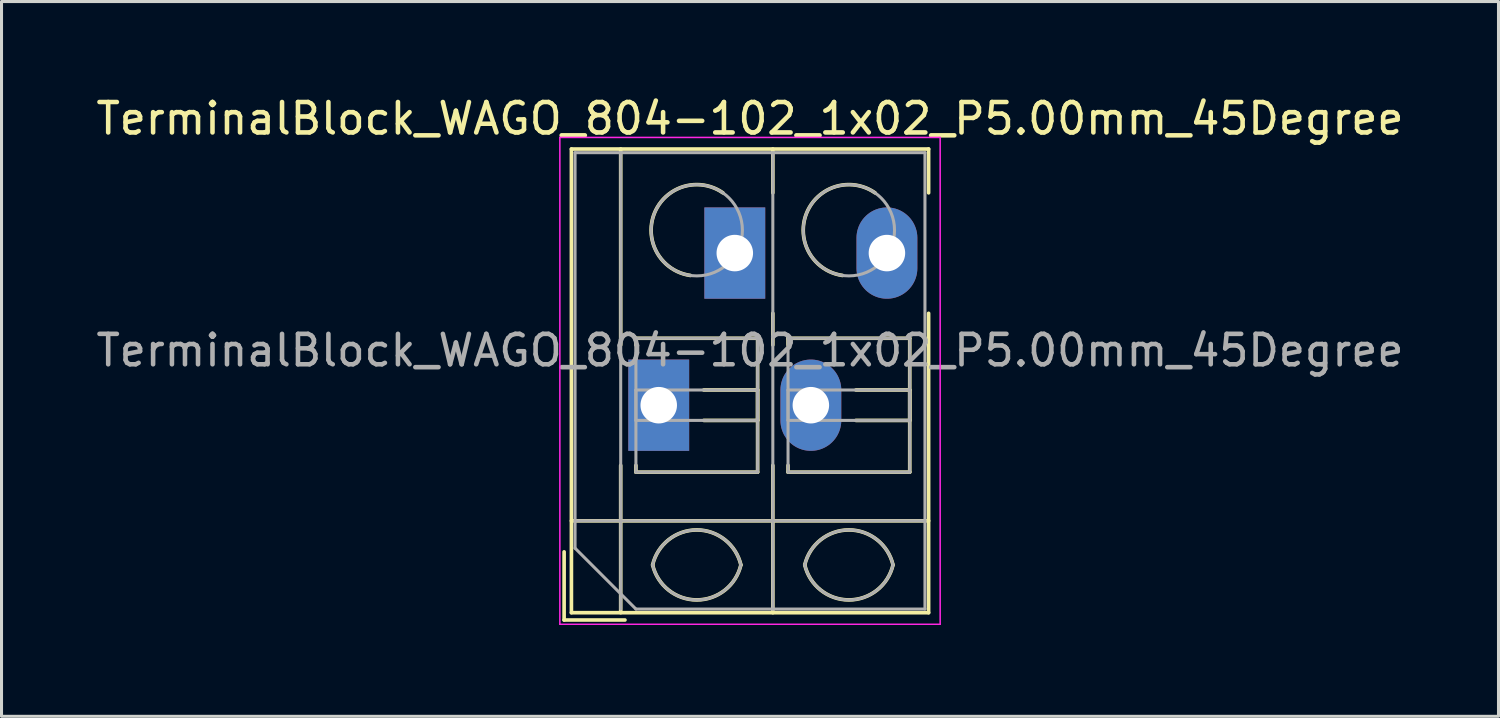
<source format=kicad_pcb>
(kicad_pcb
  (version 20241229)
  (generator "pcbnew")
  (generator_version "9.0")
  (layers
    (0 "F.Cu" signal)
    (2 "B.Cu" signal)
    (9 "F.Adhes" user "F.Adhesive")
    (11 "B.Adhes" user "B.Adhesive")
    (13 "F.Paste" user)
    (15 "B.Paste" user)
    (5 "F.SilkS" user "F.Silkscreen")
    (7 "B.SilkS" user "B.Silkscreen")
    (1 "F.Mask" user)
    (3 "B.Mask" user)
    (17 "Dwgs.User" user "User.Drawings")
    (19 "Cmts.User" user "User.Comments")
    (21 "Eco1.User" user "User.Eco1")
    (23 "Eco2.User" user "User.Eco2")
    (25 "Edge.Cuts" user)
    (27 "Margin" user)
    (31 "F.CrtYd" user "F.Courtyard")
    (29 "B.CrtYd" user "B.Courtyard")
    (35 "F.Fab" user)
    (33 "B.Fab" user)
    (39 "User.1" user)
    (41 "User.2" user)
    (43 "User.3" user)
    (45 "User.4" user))
  (footprint "TerminalBlock_WAGO_804-102_1x02_P5.00mm_45Degree"
    (layer "F.Cu")
    (at 18.601 10.268)
    (property "Reference" "TerminalBlock_WAGO_804-102_1x02_P5.00mm_45Degree" (at 3 -9.42 0) (layer "F.SilkS") (effects (font (size 1 1) (thickness 0.15))))
    (attr through_hole)
    (fp_line (start -3.11 4.82) (end -3.11 7.06) (stroke (width 0.12) (type solid)) (layer "F.SilkS"))
    (fp_line (start -3.11 7.06) (end -1.11 7.06) (stroke (width 0.12) (type solid)) (layer "F.SilkS"))
    (fp_line (start -2.87 -8.42) (end -2.87 6.82) (stroke (width 0.12) (type solid)) (layer "F.SilkS"))
    (fp_line (start -2.87 -8.42) (end 8.87 -8.42) (stroke (width 0.12) (type solid)) (layer "F.SilkS"))
    (fp_line (start -2.87 3.8) (end 8.87 3.8) (stroke (width 0.12) (type solid)) (layer "F.SilkS"))
    (fp_line (start -2.87 6.82) (end 8.87 6.82) (stroke (width 0.12) (type solid)) (layer "F.SilkS"))
    (fp_line (start -1.25 -8.42) (end -1.25 -1.98) (stroke (width 0.12) (type solid)) (layer "F.SilkS"))
    (fp_line (start -1.25 1.98) (end -1.25 6.82) (stroke (width 0.12) (type solid)) (layer "F.SilkS"))
    (fp_line (start -0.75 -2.2) (end -0.75 -1.98) (stroke (width 0.12) (type solid)) (layer "F.SilkS"))
    (fp_line (start -0.75 -2.2) (end 3.25 -2.2) (stroke (width 0.12) (type solid)) (layer "F.SilkS"))
    (fp_line (start -0.75 1.98) (end -0.75 2.2) (stroke (width 0.12) (type solid)) (layer "F.SilkS"))
    (fp_line (start -0.75 2.2) (end 3.25 2.2) (stroke (width 0.12) (type solid)) (layer "F.SilkS"))
    (fp_line (start 1.48 -0.5) (end 3.25 -0.5) (stroke (width 0.12) (type solid)) (layer "F.SilkS"))
    (fp_line (start 1.48 0.5) (end 3.25 0.5) (stroke (width 0.12) (type solid)) (layer "F.SilkS"))
    (fp_line (start 3.25 -2.2) (end 3.25 2.2) (stroke (width 0.12) (type solid)) (layer "F.SilkS"))
    (fp_line (start 3.25 -0.5) (end 3.25 0.5) (stroke (width 0.12) (type solid)) (layer "F.SilkS"))
    (fp_line (start 3.75 -8.42) (end 3.75 -6.98) (stroke (width 0.12) (type solid)) (layer "F.SilkS"))
    (fp_line (start 3.75 -3.02) (end 3.75 -1.98) (stroke (width 0.12) (type solid)) (layer "F.SilkS"))
    (fp_line (start 3.75 1.98) (end 3.75 6.82) (stroke (width 0.12) (type solid)) (layer "F.SilkS"))
    (fp_line (start 4.25 -2.2) (end 4.25 -1.98) (stroke (width 0.12) (type solid)) (layer "F.SilkS"))
    (fp_line (start 4.25 -2.2) (end 8.25 -2.2) (stroke (width 0.12) (type solid)) (layer "F.SilkS"))
    (fp_line (start 4.25 1.98) (end 4.25 2.2) (stroke (width 0.12) (type solid)) (layer "F.SilkS"))
    (fp_line (start 4.25 2.2) (end 8.25 2.2) (stroke (width 0.12) (type solid)) (layer "F.SilkS"))
    (fp_line (start 6.48 -0.5) (end 8.25 -0.5) (stroke (width 0.12) (type solid)) (layer "F.SilkS"))
    (fp_line (start 6.48 0.5) (end 8.25 0.5) (stroke (width 0.12) (type solid)) (layer "F.SilkS"))
    (fp_line (start 8.25 -2.2) (end 8.25 2.2) (stroke (width 0.12) (type solid)) (layer "F.SilkS"))
    (fp_line (start 8.25 -0.5) (end 8.25 0.5) (stroke (width 0.12) (type solid)) (layer "F.SilkS"))
    (fp_line (start 8.87 -8.42) (end 8.87 -6.98) (stroke (width 0.12) (type solid)) (layer "F.SilkS"))
    (fp_line (start 8.87 -3.02) (end 8.87 6.82) (stroke (width 0.12) (type solid)) (layer "F.SilkS"))
    (fp_arc (start -0.200865 5.250424) (mid 1.250296 4.099926) (end 2.701 5.251) (stroke (width 0.12) (type solid)) (layer "F.SilkS"))
    (fp_arc (start 1.040798 -4.264067) (mid -0.146039 -6.300306) (end 2.111 -6.979) (stroke (width 0.12) (type solid)) (layer "F.SilkS"))
    (fp_arc (start 2.7 5.25) (mid 1.250068 6.400101) (end -0.199969 5.250133) (stroke (width 0.12) (type solid)) (layer "F.SilkS"))
    (fp_arc (start 4.799135 5.250424) (mid 6.250296 4.099926) (end 7.701 5.251) (stroke (width 0.12) (type solid)) (layer "F.SilkS"))
    (fp_arc (start 6.040798 -4.264067) (mid 4.853961 -6.300306) (end 7.111 -6.979) (stroke (width 0.12) (type solid)) (layer "F.SilkS"))
    (fp_arc (start 7.7 5.25) (mid 6.250068 6.400101) (end 4.800031 5.250133) (stroke (width 0.12) (type solid)) (layer "F.SilkS"))
    (fp_line (start -3.25 -8.8) (end -3.25 7.2) (stroke (width 0.05) (type solid)) (layer "F.CrtYd"))
    (fp_line (start -3.25 7.2) (end 9.25 7.2) (stroke (width 0.05) (type solid)) (layer "F.CrtYd"))
    (fp_line (start 9.25 -8.8) (end -3.25 -8.8) (stroke (width 0.05) (type solid)) (layer "F.CrtYd"))
    (fp_line (start 9.25 7.2) (end 9.25 -8.8) (stroke (width 0.05) (type solid)) (layer "F.CrtYd"))
    (fp_line (start -2.75 -8.3) (end 8.75 -8.3) (stroke (width 0.1) (type solid)) (layer "F.Fab"))
    (fp_line (start -2.75 3.8) (end 8.75 3.8) (stroke (width 0.1) (type solid)) (layer "F.Fab"))
    (fp_line (start -2.75 4.7) (end -2.75 -8.3) (stroke (width 0.1) (type solid)) (layer "F.Fab"))
    (fp_line (start -1.25 -8.3) (end -1.25 6.7) (stroke (width 0.1) (type solid)) (layer "F.Fab"))
    (fp_line (start -0.75 -2.2) (end -0.75 2.2) (stroke (width 0.1) (type solid)) (layer "F.Fab"))
    (fp_line (start -0.75 -0.5) (end -0.75 0.5) (stroke (width 0.1) (type solid)) (layer "F.Fab"))
    (fp_line (start -0.75 0.5) (end 3.25 0.5) (stroke (width 0.1) (type solid)) (layer "F.Fab"))
    (fp_line (start -0.75 2.2) (end 3.25 2.2) (stroke (width 0.1) (type solid)) (layer "F.Fab"))
    (fp_line (start -0.75 6.7) (end -2.75 4.7) (stroke (width 0.1) (type solid)) (layer "F.Fab"))
    (fp_line (start 3.25 -2.2) (end -0.75 -2.2) (stroke (width 0.1) (type solid)) (layer "F.Fab"))
    (fp_line (start 3.25 -0.5) (end -0.75 -0.5) (stroke (width 0.1) (type solid)) (layer "F.Fab"))
    (fp_line (start 3.25 0.5) (end 3.25 -0.5) (stroke (width 0.1) (type solid)) (layer "F.Fab"))
    (fp_line (start 3.25 2.2) (end 3.25 -2.2) (stroke (width 0.1) (type solid)) (layer "F.Fab"))
    (fp_line (start 3.75 -8.3) (end 3.75 6.7) (stroke (width 0.1) (type solid)) (layer "F.Fab"))
    (fp_line (start 4.25 -2.2) (end 4.25 2.2) (stroke (width 0.1) (type solid)) (layer "F.Fab"))
    (fp_line (start 4.25 -0.5) (end 4.25 0.5) (stroke (width 0.1) (type solid)) (layer "F.Fab"))
    (fp_line (start 4.25 0.5) (end 8.25 0.5) (stroke (width 0.1) (type solid)) (layer "F.Fab"))
    (fp_line (start 4.25 2.2) (end 8.25 2.2) (stroke (width 0.1) (type solid)) (layer "F.Fab"))
    (fp_line (start 8.25 -2.2) (end 4.25 -2.2) (stroke (width 0.1) (type solid)) (layer "F.Fab"))
    (fp_line (start 8.25 -0.5) (end 4.25 -0.5) (stroke (width 0.1) (type solid)) (layer "F.Fab"))
    (fp_line (start 8.25 0.5) (end 8.25 -0.5) (stroke (width 0.1) (type solid)) (layer "F.Fab"))
    (fp_line (start 8.25 2.2) (end 8.25 -2.2) (stroke (width 0.1) (type solid)) (layer "F.Fab"))
    (fp_line (start 8.75 -8.3) (end 8.75 6.7) (stroke (width 0.1) (type solid)) (layer "F.Fab"))
    (fp_line (start 8.75 6.7) (end -0.75 6.7) (stroke (width 0.1) (type solid)) (layer "F.Fab"))
    (fp_arc (start -0.200865 5.250424) (mid 1.250296 4.099926) (end 2.701 5.251) (stroke (width 0.1) (type solid)) (layer "F.Fab"))
    (fp_arc (start 2.7 5.25) (mid 1.250068 6.400101) (end -0.199969 5.250133) (stroke (width 0.1) (type solid)) (layer "F.Fab"))
    (fp_arc (start 4.799135 5.250424) (mid 6.250296 4.099926) (end 7.701 5.251) (stroke (width 0.1) (type solid)) (layer "F.Fab"))
    (fp_arc (start 7.7 5.25) (mid 6.250068 6.400101) (end 4.800031 5.250133) (stroke (width 0.1) (type solid)) (layer "F.Fab"))
    (fp_circle (center 1.25 -5.75) (end 2.75 -5.75) (stroke (width 0.1) (type solid)) (fill no) (layer "F.Fab"))
    (fp_circle (center 6.25 -5.75) (end 7.75 -5.75) (stroke (width 0.1) (type solid)) (fill no) (layer "F.Fab"))
    (fp_text user "${REFERENCE}" (at 3 -1.8 0) (layer "F.Fab") (effects (font (size 1 1) (thickness 0.15))))
    (pad "1" thru_hole rect (at 0 0) (size 2 3) (drill 1.2) (layers "*.Cu" "*.Mask"))
    (pad "1" thru_hole rect (at 2.5 -5) (size 2 3) (drill 1.2) (layers "*.Cu" "*.Mask"))
    (pad "2" thru_hole oval (at 5 0) (size 2 3) (drill 1.2) (layers "*.Cu" "*.Mask"))
    (pad "2" thru_hole oval (at 7.5 -5) (size 2 3) (drill 1.2) (layers "*.Cu" "*.Mask")))
  (gr_rect
    (start -3 -3)
    (end 46.202 20.493)
    (stroke (width 0.1) (type default))
    (fill no)
    (layer "Edge.Cuts")))
</source>
